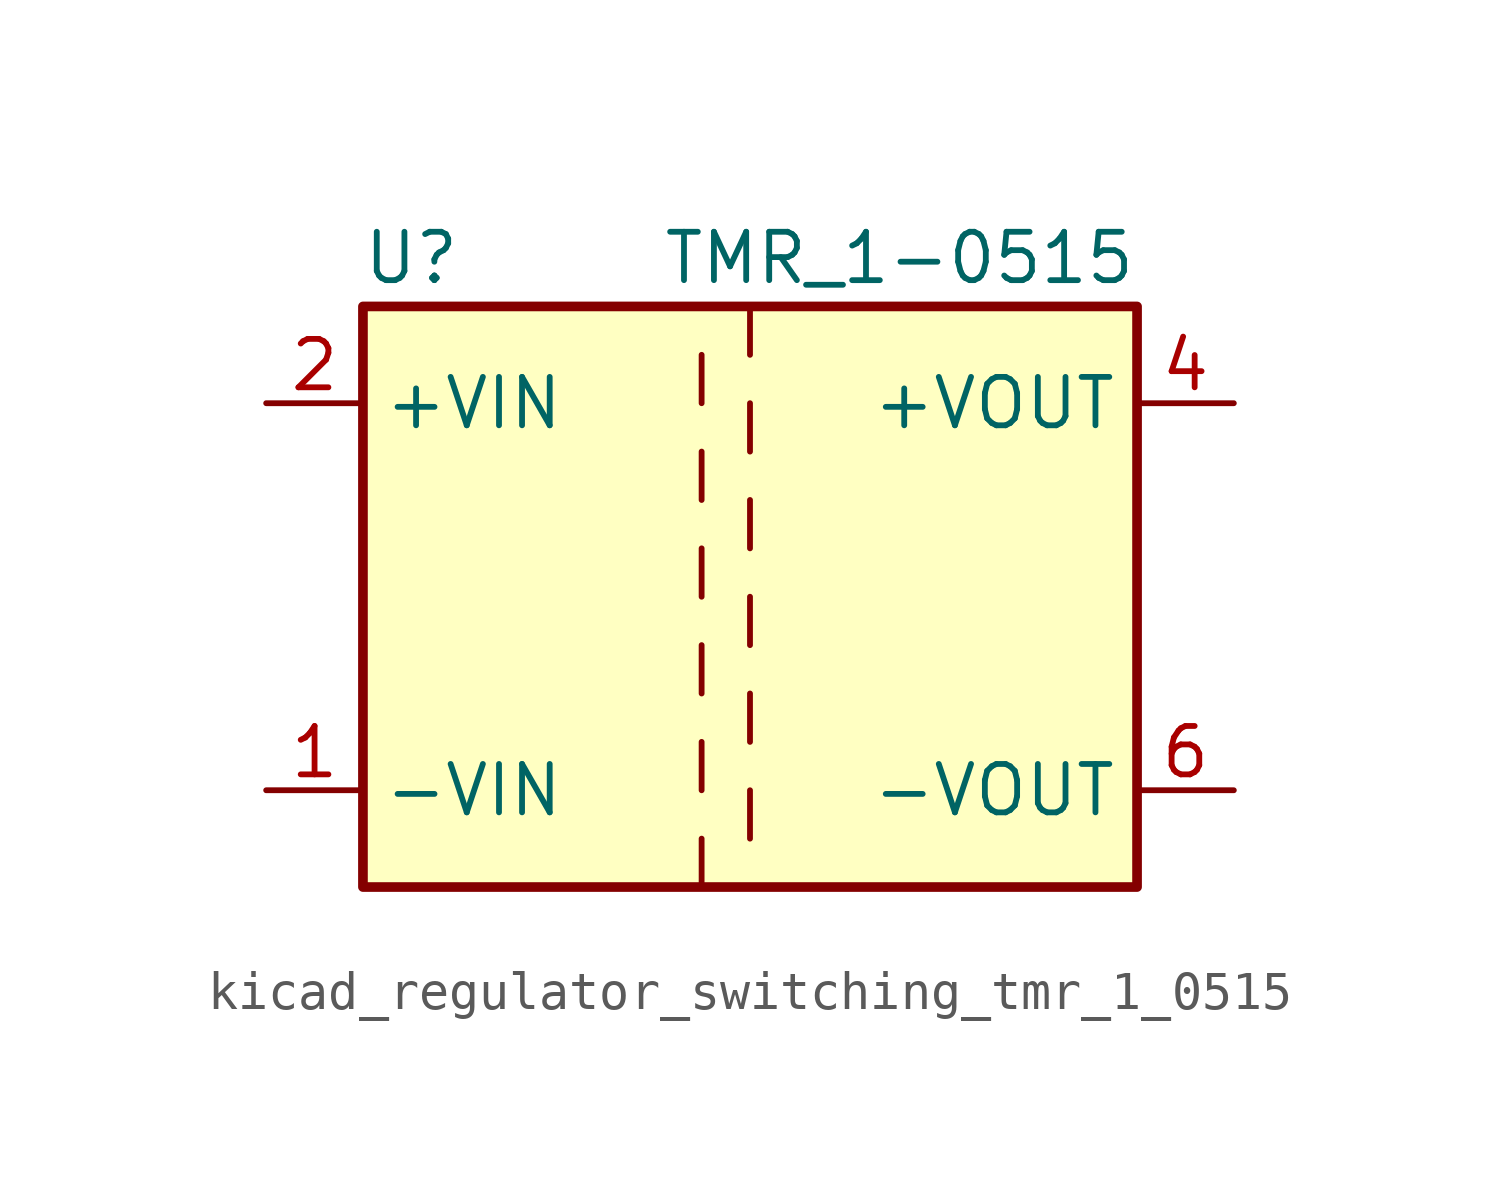
<source format=kicad_sym>
(kicad_symbol_lib
  (version 20220914)
  (generator kicad_symbol_editor)
  (symbol "kicad_regulator_switching_tmr_1_0515"
    (property "Reference" "U"
      (at -8.89 8.89 0)
      (effects (font (size 1.27 1.27))))
    (property "Value" "TMR_1-0515"
      (at 10.16 8.89 0)
      (effects (font (size 1.27 1.27)) (justify right)))
    (symbol "kicad_regulator_switching_tmr_1_0515_0_1"
      (rectangle (start -10.16 7.62) (end 10.16 -7.62) (stroke (width 0.254) (type default)) (fill (type background)))
      (polyline (pts (xy -1.27 -7.62) (xy -1.27 -6.35)) (stroke (width 0) (type default)) (fill (type none)))
      (polyline (pts (xy -1.27 -5.08) (xy -1.27 -3.81)) (stroke (width 0) (type default)) (fill (type none)))
      (polyline (pts (xy -1.27 -2.54) (xy -1.27 -1.27)) (stroke (width 0) (type default)) (fill (type none)))
      (polyline (pts (xy -1.27 0) (xy -1.27 1.27)) (stroke (width 0) (type default)) (fill (type none)))
      (polyline (pts (xy -1.27 2.54) (xy -1.27 3.81)) (stroke (width 0) (type default)) (fill (type none)))
      (polyline (pts (xy -1.27 5.08) (xy -1.27 6.35)) (stroke (width 0) (type default)) (fill (type none)))
      (polyline (pts (xy 0 -5.08) (xy 0 -6.35)) (stroke (width 0) (type default)) (fill (type none)))
      (polyline (pts (xy 0 -2.54) (xy 0 -3.81)) (stroke (width 0) (type default)) (fill (type none)))
      (polyline (pts (xy 0 0) (xy 0 -1.27)) (stroke (width 0) (type default)) (fill (type none)))
      (polyline (pts (xy 0 2.54) (xy 0 1.27)) (stroke (width 0) (type default)) (fill (type none)))
      (polyline (pts (xy 0 5.08) (xy 0 3.81)) (stroke (width 0) (type default)) (fill (type none)))
      (polyline (pts (xy 0 7.62) (xy 0 6.35)) (stroke (width 0) (type default)) (fill (type none))))
    (symbol "kicad_regulator_switching_tmr_1_0515_1_1"
      (pin power_in line (at -12.7 -5.08 0) (length 2.54) (name "-VIN" (effects (font (size 1.27 1.27)))) (number "1" (effects (font (size 1.27 1.27)))))
      (pin power_in line (at -12.7 5.08 0) (length 2.54) (name "+VIN" (effects (font (size 1.27 1.27)))) (number "2" (effects (font (size 1.27 1.27)))))
      (pin power_out line (at 12.7 5.08 180) (length 2.54) (name "+VOUT" (effects (font (size 1.27 1.27)))) (number "4" (effects (font (size 1.27 1.27)))))
      (pin power_out line (at 12.7 -5.08 180) (length 2.54) (name "-VOUT" (effects (font (size 1.27 1.27)))) (number "6" (effects (font (size 1.27 1.27))))))))
</source>
